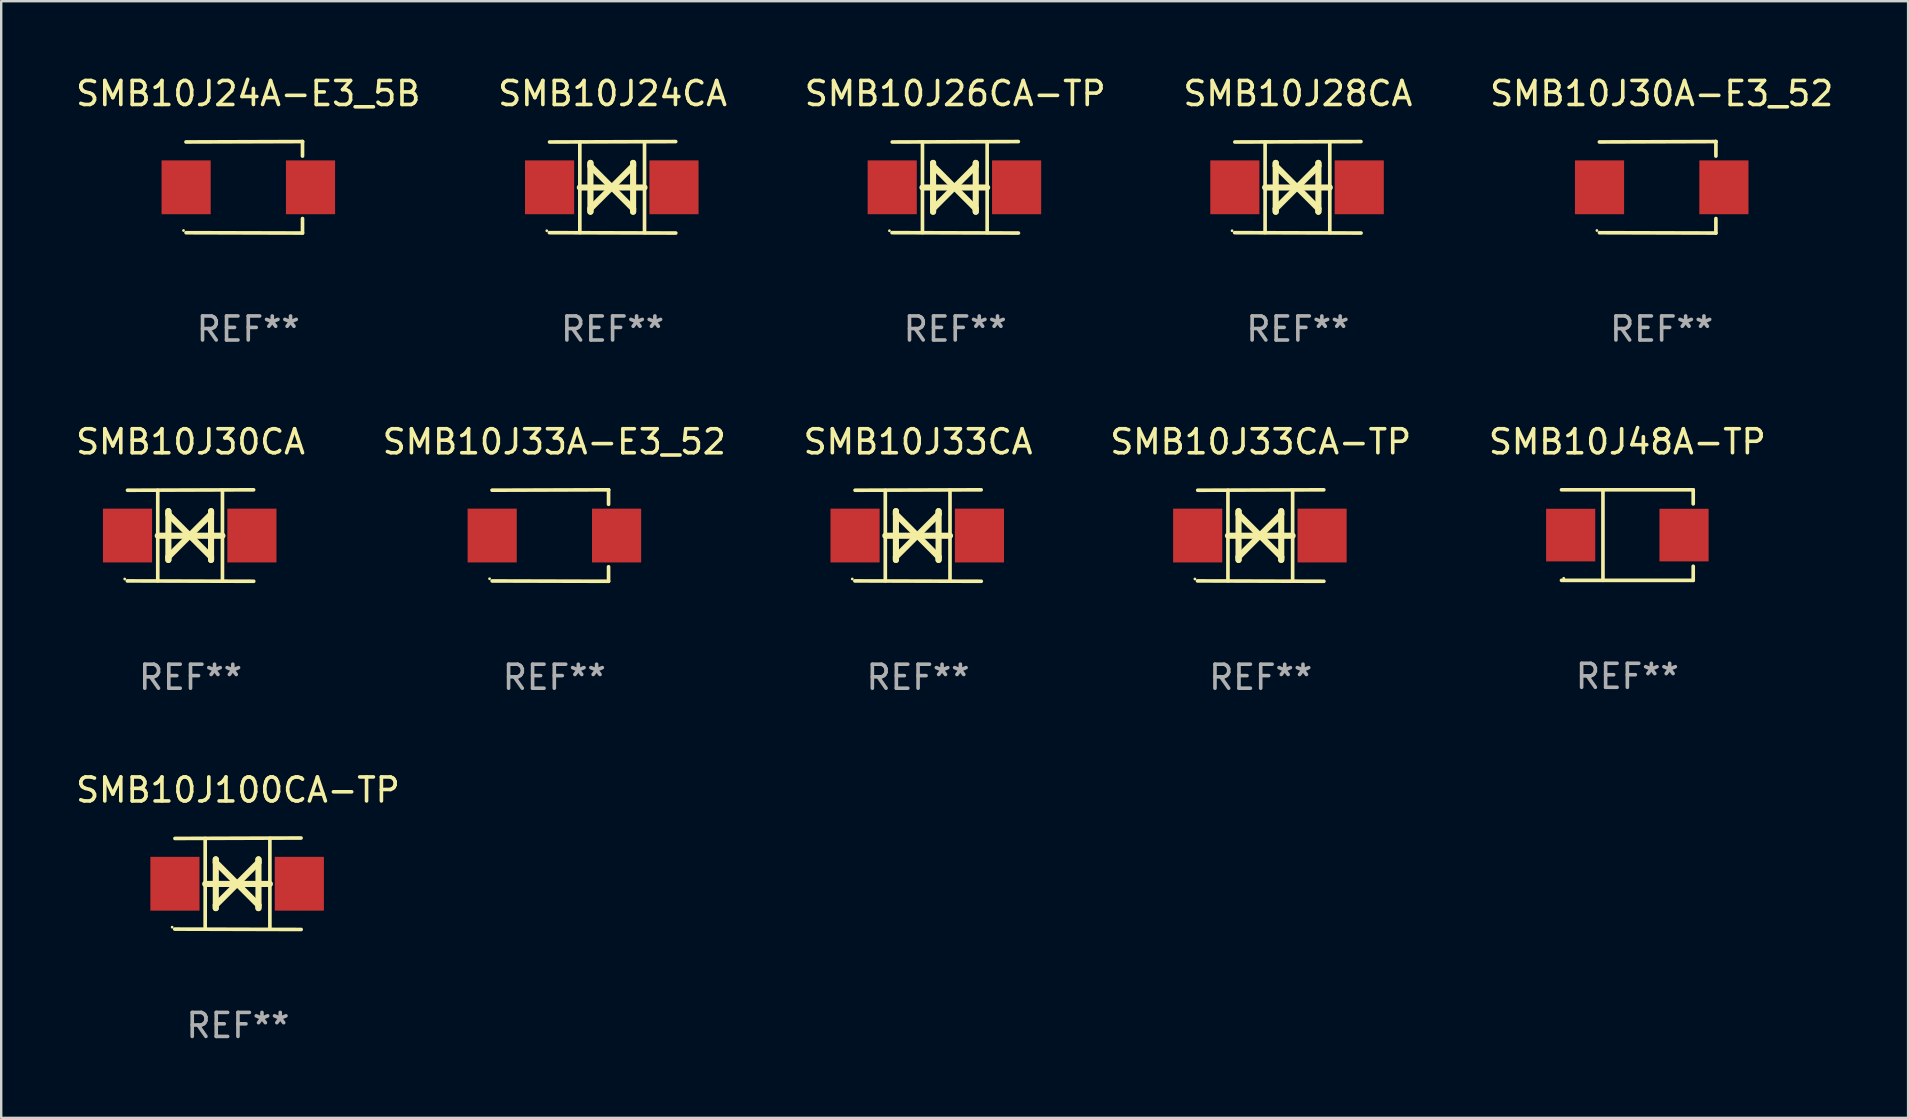
<source format=kicad_pcb>
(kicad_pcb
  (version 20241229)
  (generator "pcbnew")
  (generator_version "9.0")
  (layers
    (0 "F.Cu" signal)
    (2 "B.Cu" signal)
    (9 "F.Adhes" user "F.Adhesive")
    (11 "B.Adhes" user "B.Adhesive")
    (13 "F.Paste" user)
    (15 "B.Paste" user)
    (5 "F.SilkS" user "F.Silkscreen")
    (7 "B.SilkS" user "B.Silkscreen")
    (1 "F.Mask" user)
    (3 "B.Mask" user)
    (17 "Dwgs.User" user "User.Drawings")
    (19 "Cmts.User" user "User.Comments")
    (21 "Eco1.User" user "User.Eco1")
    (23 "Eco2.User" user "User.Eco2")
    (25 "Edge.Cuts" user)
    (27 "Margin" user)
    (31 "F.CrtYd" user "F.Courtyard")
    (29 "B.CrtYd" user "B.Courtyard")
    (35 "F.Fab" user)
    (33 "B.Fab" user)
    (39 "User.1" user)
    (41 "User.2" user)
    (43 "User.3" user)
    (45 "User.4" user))
  (footprint "SMB10J100CA-TP"
    (layer "F.Cu")
    (at 6.863 33.766)
    (property "Reference" "SMB10J100CA-TP" (at 0 -3.905 0) (layer "F.SilkS") (effects (font (size 1 1) (thickness 0.15))))
    (attr through_hole)
    (fp_line (start -1.365 1.886) (end -1.365 -1.886) (stroke (width 0.152) (type solid)) (layer "F.SilkS"))
    (fp_line (start -1.365 0.008) (end 1.33 0.008) (stroke (width 0.254) (type solid)) (layer "F.SilkS"))
    (fp_line (start -0.923 -1.016) (end -0.923 1.016) (stroke (width 0.254) (type solid)) (layer "F.SilkS"))
    (fp_line (start -0.923 -0.889) (end -0.923 -1.016) (stroke (width 0.254) (type solid)) (layer "F.SilkS"))
    (fp_line (start -0.923 0.889) (end -0.034 0) (stroke (width 0.254) (type solid)) (layer "F.SilkS"))
    (fp_line (start -0.923 1.016) (end -0.923 0.889) (stroke (width 0.254) (type solid)) (layer "F.SilkS"))
    (fp_line (start -0.034 0) (end -0.923 -0.889) (stroke (width 0.254) (type solid)) (layer "F.SilkS"))
    (fp_line (start -0.034 0) (end 0.855 0.889) (stroke (width 0.254) (type solid)) (layer "F.SilkS"))
    (fp_line (start 0.855 -1.016) (end 0.855 -0.889) (stroke (width 0.254) (type solid)) (layer "F.SilkS"))
    (fp_line (start 0.855 -0.889) (end -0.034 0) (stroke (width 0.254) (type solid)) (layer "F.SilkS"))
    (fp_line (start 0.855 0.889) (end 0.855 1.016) (stroke (width 0.254) (type solid)) (layer "F.SilkS"))
    (fp_line (start 0.855 1.016) (end 0.855 -1.016) (stroke (width 0.254) (type solid)) (layer "F.SilkS"))
    (fp_line (start 1.33 1.886) (end 1.33 -1.886) (stroke (width 0.152) (type solid)) (layer "F.SilkS"))
    (fp_line (start 2.629 -1.905) (end -2.625 -1.887) (stroke (width 0.152) (type solid)) (layer "F.SilkS"))
    (fp_line (start 2.633 1.905) (end -2.633 1.89) (stroke (width 0.152) (type solid)) (layer "F.SilkS"))
    (fp_circle (center -2.741 1.81) (end -2.711 1.81) (stroke (width 0.06) (type solid)) (fill no) (layer "F.SilkS"))
    (fp_text user "REF**" (at 0 5.905 0) (layer "F.Fab") (effects (font (size 1 1) (thickness 0.15))))
    (pad "1" smd rect (at -2.625 0) (size 2.047 2.241) (layers "F.Cu" "F.Mask" "F.Paste"))
    (pad "2" smd rect (at 2.557 0) (size 2.047 2.241) (layers "F.Cu" "F.Mask" "F.Paste")))
  (footprint "SMB10J28CA"
    (layer "F.Cu")
    (at 51.018 4.753)
    (property "Reference" "SMB10J28CA" (at 0 -3.905 0) (layer "F.SilkS") (effects (font (size 1 1) (thickness 0.15))))
    (attr through_hole)
    (fp_line (start -1.365 1.886) (end -1.365 -1.886) (stroke (width 0.152) (type solid)) (layer "F.SilkS"))
    (fp_line (start -1.365 0.008) (end 1.33 0.008) (stroke (width 0.254) (type solid)) (layer "F.SilkS"))
    (fp_line (start -0.923 -1.016) (end -0.923 1.016) (stroke (width 0.254) (type solid)) (layer "F.SilkS"))
    (fp_line (start -0.923 -0.889) (end -0.923 -1.016) (stroke (width 0.254) (type solid)) (layer "F.SilkS"))
    (fp_line (start -0.923 0.889) (end -0.034 0) (stroke (width 0.254) (type solid)) (layer "F.SilkS"))
    (fp_line (start -0.923 1.016) (end -0.923 0.889) (stroke (width 0.254) (type solid)) (layer "F.SilkS"))
    (fp_line (start -0.034 0) (end -0.923 -0.889) (stroke (width 0.254) (type solid)) (layer "F.SilkS"))
    (fp_line (start -0.034 0) (end 0.855 0.889) (stroke (width 0.254) (type solid)) (layer "F.SilkS"))
    (fp_line (start 0.855 -1.016) (end 0.855 -0.889) (stroke (width 0.254) (type solid)) (layer "F.SilkS"))
    (fp_line (start 0.855 -0.889) (end -0.034 0) (stroke (width 0.254) (type solid)) (layer "F.SilkS"))
    (fp_line (start 0.855 0.889) (end 0.855 1.016) (stroke (width 0.254) (type solid)) (layer "F.SilkS"))
    (fp_line (start 0.855 1.016) (end 0.855 -1.016) (stroke (width 0.254) (type solid)) (layer "F.SilkS"))
    (fp_line (start 1.33 1.886) (end 1.33 -1.886) (stroke (width 0.152) (type solid)) (layer "F.SilkS"))
    (fp_line (start 2.629 -1.905) (end -2.625 -1.887) (stroke (width 0.152) (type solid)) (layer "F.SilkS"))
    (fp_line (start 2.633 1.905) (end -2.633 1.89) (stroke (width 0.152) (type solid)) (layer "F.SilkS"))
    (fp_circle (center -2.741 1.81) (end -2.711 1.81) (stroke (width 0.06) (type solid)) (fill no) (layer "F.SilkS"))
    (fp_text user "REF**" (at 0 5.905 0) (layer "F.Fab") (effects (font (size 1 1) (thickness 0.15))))
    (pad "1" smd rect (at -2.625 0) (size 2.047 2.241) (layers "F.Cu" "F.Mask" "F.Paste"))
    (pad "2" smd rect (at 2.557 0) (size 2.047 2.241) (layers "F.Cu" "F.Mask" "F.Paste")))
  (footprint "SMB10J24A-E3_5B"
    (layer "F.Cu")
    (at 7.292 4.753)
    (property "Reference" "SMB10J24A-E3_5B" (at 0 -3.905 0) (layer "F.SilkS") (effects (font (size 1 1) (thickness 0.15))))
    (attr through_hole)
    (fp_line (start 2.256 -1.905) (end -2.594 -1.889) (stroke (width 0.152) (type solid)) (layer "F.SilkS"))
    (fp_line (start 2.256 -1.905) (end 2.26 -1.905) (stroke (width 0.152) (type solid)) (layer "F.SilkS"))
    (fp_line (start 2.26 -1.905) (end 2.26 -1.301) (stroke (width 0.152) (type solid)) (layer "F.SilkS"))
    (fp_line (start 2.26 1.301) (end 2.26 1.905) (stroke (width 0.152) (type solid)) (layer "F.SilkS"))
    (fp_line (start 2.26 1.905) (end -2.59 1.892) (stroke (width 0.152) (type solid)) (layer "F.SilkS"))
    (fp_circle (center -2.697 1.8) (end -2.667 1.8) (stroke (width 0.06) (type solid)) (fill no) (layer "F.SilkS"))
    (fp_text user "REF**" (at 0 5.905 0) (layer "F.Fab") (effects (font (size 1 1) (thickness 0.15))))
    (pad "1" smd rect (at -2.588 0) (size 2.047 2.241) (layers "F.Cu" "F.Mask" "F.Paste"))
    (pad "2" smd rect (at 2.594 0) (size 2.047 2.241) (layers "F.Cu" "F.Mask" "F.Paste")))
  (footprint "SMB10J33A-E3_52"
    (layer "F.Cu")
    (at 20.042 19.26)
    (property "Reference" "SMB10J33A-E3_52" (at 0 -3.905 0) (layer "F.SilkS") (effects (font (size 1 1) (thickness 0.15))))
    (attr through_hole)
    (fp_line (start 2.256 -1.905) (end -2.594 -1.889) (stroke (width 0.152) (type solid)) (layer "F.SilkS"))
    (fp_line (start 2.256 -1.905) (end 2.26 -1.905) (stroke (width 0.152) (type solid)) (layer "F.SilkS"))
    (fp_line (start 2.26 -1.905) (end 2.26 -1.301) (stroke (width 0.152) (type solid)) (layer "F.SilkS"))
    (fp_line (start 2.26 1.301) (end 2.26 1.905) (stroke (width 0.152) (type solid)) (layer "F.SilkS"))
    (fp_line (start 2.26 1.905) (end -2.59 1.892) (stroke (width 0.152) (type solid)) (layer "F.SilkS"))
    (fp_circle (center -2.697 1.8) (end -2.667 1.8) (stroke (width 0.06) (type solid)) (fill no) (layer "F.SilkS"))
    (fp_text user "REF**" (at 0 5.905 0) (layer "F.Fab") (effects (font (size 1 1) (thickness 0.15))))
    (pad "1" smd rect (at -2.588 0) (size 2.047 2.241) (layers "F.Cu" "F.Mask" "F.Paste"))
    (pad "2" smd rect (at 2.594 0) (size 2.047 2.241) (layers "F.Cu" "F.Mask" "F.Paste")))
  (footprint "SMB10J33CA-TP"
    (layer "F.Cu")
    (at 49.47 19.26)
    (property "Reference" "SMB10J33CA-TP" (at 0 -3.905 0) (layer "F.SilkS") (effects (font (size 1 1) (thickness 0.15))))
    (attr through_hole)
    (fp_line (start -1.365 1.886) (end -1.365 -1.886) (stroke (width 0.152) (type solid)) (layer "F.SilkS"))
    (fp_line (start -1.365 0.008) (end 1.33 0.008) (stroke (width 0.254) (type solid)) (layer "F.SilkS"))
    (fp_line (start -0.923 -1.016) (end -0.923 1.016) (stroke (width 0.254) (type solid)) (layer "F.SilkS"))
    (fp_line (start -0.923 -0.889) (end -0.923 -1.016) (stroke (width 0.254) (type solid)) (layer "F.SilkS"))
    (fp_line (start -0.923 0.889) (end -0.034 0) (stroke (width 0.254) (type solid)) (layer "F.SilkS"))
    (fp_line (start -0.923 1.016) (end -0.923 0.889) (stroke (width 0.254) (type solid)) (layer "F.SilkS"))
    (fp_line (start -0.034 0) (end -0.923 -0.889) (stroke (width 0.254) (type solid)) (layer "F.SilkS"))
    (fp_line (start -0.034 0) (end 0.855 0.889) (stroke (width 0.254) (type solid)) (layer "F.SilkS"))
    (fp_line (start 0.855 -1.016) (end 0.855 -0.889) (stroke (width 0.254) (type solid)) (layer "F.SilkS"))
    (fp_line (start 0.855 -0.889) (end -0.034 0) (stroke (width 0.254) (type solid)) (layer "F.SilkS"))
    (fp_line (start 0.855 0.889) (end 0.855 1.016) (stroke (width 0.254) (type solid)) (layer "F.SilkS"))
    (fp_line (start 0.855 1.016) (end 0.855 -1.016) (stroke (width 0.254) (type solid)) (layer "F.SilkS"))
    (fp_line (start 1.33 1.886) (end 1.33 -1.886) (stroke (width 0.152) (type solid)) (layer "F.SilkS"))
    (fp_line (start 2.629 -1.905) (end -2.625 -1.887) (stroke (width 0.152) (type solid)) (layer "F.SilkS"))
    (fp_line (start 2.633 1.905) (end -2.633 1.89) (stroke (width 0.152) (type solid)) (layer "F.SilkS"))
    (fp_circle (center -2.741 1.81) (end -2.711 1.81) (stroke (width 0.06) (type solid)) (fill no) (layer "F.SilkS"))
    (fp_text user "REF**" (at 0 5.905 0) (layer "F.Fab") (effects (font (size 1 1) (thickness 0.15))))
    (pad "1" smd rect (at -2.625 0) (size 2.047 2.241) (layers "F.Cu" "F.Mask" "F.Paste"))
    (pad "2" smd rect (at 2.557 0) (size 2.047 2.241) (layers "F.Cu" "F.Mask" "F.Paste")))
  (footprint "SMB10J26CA-TP"
    (layer "F.Cu")
    (at 36.744 4.753)
    (property "Reference" "SMB10J26CA-TP" (at 0 -3.905 0) (layer "F.SilkS") (effects (font (size 1 1) (thickness 0.15))))
    (attr through_hole)
    (fp_line (start -1.365 1.886) (end -1.365 -1.886) (stroke (width 0.152) (type solid)) (layer "F.SilkS"))
    (fp_line (start -1.365 0.008) (end 1.33 0.008) (stroke (width 0.254) (type solid)) (layer "F.SilkS"))
    (fp_line (start -0.923 -1.016) (end -0.923 1.016) (stroke (width 0.254) (type solid)) (layer "F.SilkS"))
    (fp_line (start -0.923 -0.889) (end -0.923 -1.016) (stroke (width 0.254) (type solid)) (layer "F.SilkS"))
    (fp_line (start -0.923 0.889) (end -0.034 0) (stroke (width 0.254) (type solid)) (layer "F.SilkS"))
    (fp_line (start -0.923 1.016) (end -0.923 0.889) (stroke (width 0.254) (type solid)) (layer "F.SilkS"))
    (fp_line (start -0.034 0) (end -0.923 -0.889) (stroke (width 0.254) (type solid)) (layer "F.SilkS"))
    (fp_line (start -0.034 0) (end 0.855 0.889) (stroke (width 0.254) (type solid)) (layer "F.SilkS"))
    (fp_line (start 0.855 -1.016) (end 0.855 -0.889) (stroke (width 0.254) (type solid)) (layer "F.SilkS"))
    (fp_line (start 0.855 -0.889) (end -0.034 0) (stroke (width 0.254) (type solid)) (layer "F.SilkS"))
    (fp_line (start 0.855 0.889) (end 0.855 1.016) (stroke (width 0.254) (type solid)) (layer "F.SilkS"))
    (fp_line (start 0.855 1.016) (end 0.855 -1.016) (stroke (width 0.254) (type solid)) (layer "F.SilkS"))
    (fp_line (start 1.33 1.886) (end 1.33 -1.886) (stroke (width 0.152) (type solid)) (layer "F.SilkS"))
    (fp_line (start 2.629 -1.905) (end -2.625 -1.887) (stroke (width 0.152) (type solid)) (layer "F.SilkS"))
    (fp_line (start 2.633 1.905) (end -2.633 1.89) (stroke (width 0.152) (type solid)) (layer "F.SilkS"))
    (fp_circle (center -2.741 1.81) (end -2.711 1.81) (stroke (width 0.06) (type solid)) (fill no) (layer "F.SilkS"))
    (fp_text user "REF**" (at 0 5.905 0) (layer "F.Fab") (effects (font (size 1 1) (thickness 0.15))))
    (pad "1" smd rect (at -2.625 0) (size 2.047 2.241) (layers "F.Cu" "F.Mask" "F.Paste"))
    (pad "2" smd rect (at 2.557 0) (size 2.047 2.241) (layers "F.Cu" "F.Mask" "F.Paste")))
  (footprint "SMB10J30CA"
    (layer "F.Cu")
    (at 4.887 19.26)
    (property "Reference" "SMB10J30CA" (at 0 -3.905 0) (layer "F.SilkS") (effects (font (size 1 1) (thickness 0.15))))
    (attr through_hole)
    (fp_line (start -1.365 1.886) (end -1.365 -1.886) (stroke (width 0.152) (type solid)) (layer "F.SilkS"))
    (fp_line (start -1.365 0.008) (end 1.33 0.008) (stroke (width 0.254) (type solid)) (layer "F.SilkS"))
    (fp_line (start -0.923 -1.016) (end -0.923 1.016) (stroke (width 0.254) (type solid)) (layer "F.SilkS"))
    (fp_line (start -0.923 -0.889) (end -0.923 -1.016) (stroke (width 0.254) (type solid)) (layer "F.SilkS"))
    (fp_line (start -0.923 0.889) (end -0.034 0) (stroke (width 0.254) (type solid)) (layer "F.SilkS"))
    (fp_line (start -0.923 1.016) (end -0.923 0.889) (stroke (width 0.254) (type solid)) (layer "F.SilkS"))
    (fp_line (start -0.034 0) (end -0.923 -0.889) (stroke (width 0.254) (type solid)) (layer "F.SilkS"))
    (fp_line (start -0.034 0) (end 0.855 0.889) (stroke (width 0.254) (type solid)) (layer "F.SilkS"))
    (fp_line (start 0.855 -1.016) (end 0.855 -0.889) (stroke (width 0.254) (type solid)) (layer "F.SilkS"))
    (fp_line (start 0.855 -0.889) (end -0.034 0) (stroke (width 0.254) (type solid)) (layer "F.SilkS"))
    (fp_line (start 0.855 0.889) (end 0.855 1.016) (stroke (width 0.254) (type solid)) (layer "F.SilkS"))
    (fp_line (start 0.855 1.016) (end 0.855 -1.016) (stroke (width 0.254) (type solid)) (layer "F.SilkS"))
    (fp_line (start 1.33 1.886) (end 1.33 -1.886) (stroke (width 0.152) (type solid)) (layer "F.SilkS"))
    (fp_line (start 2.629 -1.905) (end -2.625 -1.887) (stroke (width 0.152) (type solid)) (layer "F.SilkS"))
    (fp_line (start 2.633 1.905) (end -2.633 1.89) (stroke (width 0.152) (type solid)) (layer "F.SilkS"))
    (fp_circle (center -2.741 1.81) (end -2.711 1.81) (stroke (width 0.06) (type solid)) (fill no) (layer "F.SilkS"))
    (fp_text user "REF**" (at 0 5.905 0) (layer "F.Fab") (effects (font (size 1 1) (thickness 0.15))))
    (pad "1" smd rect (at -2.625 0) (size 2.047 2.241) (layers "F.Cu" "F.Mask" "F.Paste"))
    (pad "2" smd rect (at 2.557 0) (size 2.047 2.241) (layers "F.Cu" "F.Mask" "F.Paste")))
  (footprint "SMB10J33CA"
    (layer "F.Cu")
    (at 35.196 19.26)
    (property "Reference" "SMB10J33CA" (at 0 -3.905 0) (layer "F.SilkS") (effects (font (size 1 1) (thickness 0.15))))
    (attr through_hole)
    (fp_line (start -1.365 1.886) (end -1.365 -1.886) (stroke (width 0.152) (type solid)) (layer "F.SilkS"))
    (fp_line (start -1.365 0.008) (end 1.33 0.008) (stroke (width 0.254) (type solid)) (layer "F.SilkS"))
    (fp_line (start -0.923 -1.016) (end -0.923 1.016) (stroke (width 0.254) (type solid)) (layer "F.SilkS"))
    (fp_line (start -0.923 -0.889) (end -0.923 -1.016) (stroke (width 0.254) (type solid)) (layer "F.SilkS"))
    (fp_line (start -0.923 0.889) (end -0.034 0) (stroke (width 0.254) (type solid)) (layer "F.SilkS"))
    (fp_line (start -0.923 1.016) (end -0.923 0.889) (stroke (width 0.254) (type solid)) (layer "F.SilkS"))
    (fp_line (start -0.034 0) (end -0.923 -0.889) (stroke (width 0.254) (type solid)) (layer "F.SilkS"))
    (fp_line (start -0.034 0) (end 0.855 0.889) (stroke (width 0.254) (type solid)) (layer "F.SilkS"))
    (fp_line (start 0.855 -1.016) (end 0.855 -0.889) (stroke (width 0.254) (type solid)) (layer "F.SilkS"))
    (fp_line (start 0.855 -0.889) (end -0.034 0) (stroke (width 0.254) (type solid)) (layer "F.SilkS"))
    (fp_line (start 0.855 0.889) (end 0.855 1.016) (stroke (width 0.254) (type solid)) (layer "F.SilkS"))
    (fp_line (start 0.855 1.016) (end 0.855 -1.016) (stroke (width 0.254) (type solid)) (layer "F.SilkS"))
    (fp_line (start 1.33 1.886) (end 1.33 -1.886) (stroke (width 0.152) (type solid)) (layer "F.SilkS"))
    (fp_line (start 2.629 -1.905) (end -2.625 -1.887) (stroke (width 0.152) (type solid)) (layer "F.SilkS"))
    (fp_line (start 2.633 1.905) (end -2.633 1.89) (stroke (width 0.152) (type solid)) (layer "F.SilkS"))
    (fp_circle (center -2.741 1.81) (end -2.711 1.81) (stroke (width 0.06) (type solid)) (fill no) (layer "F.SilkS"))
    (fp_text user "REF**" (at 0 5.905 0) (layer "F.Fab") (effects (font (size 1 1) (thickness 0.15))))
    (pad "1" smd rect (at -2.625 0) (size 2.047 2.241) (layers "F.Cu" "F.Mask" "F.Paste"))
    (pad "2" smd rect (at 2.557 0) (size 2.047 2.241) (layers "F.Cu" "F.Mask" "F.Paste")))
  (footprint "SMB10J30A-E3_52"
    (layer "F.Cu")
    (at 66.173 4.753)
    (property "Reference" "SMB10J30A-E3_52" (at 0 -3.905 0) (layer "F.SilkS") (effects (font (size 1 1) (thickness 0.15))))
    (attr through_hole)
    (fp_line (start 2.256 -1.905) (end -2.594 -1.889) (stroke (width 0.152) (type solid)) (layer "F.SilkS"))
    (fp_line (start 2.256 -1.905) (end 2.26 -1.905) (stroke (width 0.152) (type solid)) (layer "F.SilkS"))
    (fp_line (start 2.26 -1.905) (end 2.26 -1.301) (stroke (width 0.152) (type solid)) (layer "F.SilkS"))
    (fp_line (start 2.26 1.301) (end 2.26 1.905) (stroke (width 0.152) (type solid)) (layer "F.SilkS"))
    (fp_line (start 2.26 1.905) (end -2.59 1.892) (stroke (width 0.152) (type solid)) (layer "F.SilkS"))
    (fp_circle (center -2.697 1.8) (end -2.667 1.8) (stroke (width 0.06) (type solid)) (fill no) (layer "F.SilkS"))
    (fp_text user "REF**" (at 0 5.905 0) (layer "F.Fab") (effects (font (size 1 1) (thickness 0.15))))
    (pad "1" smd rect (at -2.588 0) (size 2.047 2.241) (layers "F.Cu" "F.Mask" "F.Paste"))
    (pad "2" smd rect (at 2.594 0) (size 2.047 2.241) (layers "F.Cu" "F.Mask" "F.Paste")))
  (footprint "SMB10J48A-TP"
    (layer "F.Cu")
    (at 64.744 19.241)
    (property "Reference" "SMB10J48A-TP" (at 0 -3.886 0) (layer "F.SilkS") (effects (font (size 1 1) (thickness 0.15))))
    (attr through_hole)
    (fp_line (start -2.744 -1.886) (end 2.744 -1.886) (stroke (width 0.152) (type solid)) (layer "F.SilkS"))
    (fp_line (start -2.744 1.886) (end 2.744 1.886) (stroke (width 0.152) (type solid)) (layer "F.SilkS"))
    (fp_line (start -1.016 -1.886) (end -1.016 1.886) (stroke (width 0.152) (type solid)) (layer "F.SilkS"))
    (fp_line (start 2.744 -1.886) (end 2.744 -1.299) (stroke (width 0.152) (type solid)) (layer "F.SilkS"))
    (fp_line (start 2.744 1.886) (end 2.744 1.299) (stroke (width 0.152) (type solid)) (layer "F.SilkS"))
    (fp_circle (center -2.65 1.8) (end -2.62 1.8) (stroke (width 0.06) (type solid)) (fill no) (layer "F.SilkS"))
    (fp_text user "REF**" (at 0 5.886 0) (layer "F.Fab") (effects (font (size 1 1) (thickness 0.15))))
    (pad "1" smd rect (at -2.361 0) (size 2.047 2.192) (layers "F.Cu" "F.Mask" "F.Paste"))
    (pad "2" smd rect (at 2.361 0) (size 2.047 2.192) (layers "F.Cu" "F.Mask" "F.Paste")))
  (footprint "SMB10J24CA"
    (layer "F.Cu")
    (at 22.47 4.753)
    (property "Reference" "SMB10J24CA" (at 0 -3.905 0) (layer "F.SilkS") (effects (font (size 1 1) (thickness 0.15))))
    (attr through_hole)
    (fp_line (start -1.365 1.886) (end -1.365 -1.886) (stroke (width 0.152) (type solid)) (layer "F.SilkS"))
    (fp_line (start -1.365 0.008) (end 1.33 0.008) (stroke (width 0.254) (type solid)) (layer "F.SilkS"))
    (fp_line (start -0.923 -1.016) (end -0.923 1.016) (stroke (width 0.254) (type solid)) (layer "F.SilkS"))
    (fp_line (start -0.923 -0.889) (end -0.923 -1.016) (stroke (width 0.254) (type solid)) (layer "F.SilkS"))
    (fp_line (start -0.923 0.889) (end -0.034 0) (stroke (width 0.254) (type solid)) (layer "F.SilkS"))
    (fp_line (start -0.923 1.016) (end -0.923 0.889) (stroke (width 0.254) (type solid)) (layer "F.SilkS"))
    (fp_line (start -0.034 0) (end -0.923 -0.889) (stroke (width 0.254) (type solid)) (layer "F.SilkS"))
    (fp_line (start -0.034 0) (end 0.855 0.889) (stroke (width 0.254) (type solid)) (layer "F.SilkS"))
    (fp_line (start 0.855 -1.016) (end 0.855 -0.889) (stroke (width 0.254) (type solid)) (layer "F.SilkS"))
    (fp_line (start 0.855 -0.889) (end -0.034 0) (stroke (width 0.254) (type solid)) (layer "F.SilkS"))
    (fp_line (start 0.855 0.889) (end 0.855 1.016) (stroke (width 0.254) (type solid)) (layer "F.SilkS"))
    (fp_line (start 0.855 1.016) (end 0.855 -1.016) (stroke (width 0.254) (type solid)) (layer "F.SilkS"))
    (fp_line (start 1.33 1.886) (end 1.33 -1.886) (stroke (width 0.152) (type solid)) (layer "F.SilkS"))
    (fp_line (start 2.629 -1.905) (end -2.625 -1.887) (stroke (width 0.152) (type solid)) (layer "F.SilkS"))
    (fp_line (start 2.633 1.905) (end -2.633 1.89) (stroke (width 0.152) (type solid)) (layer "F.SilkS"))
    (fp_circle (center -2.741 1.81) (end -2.711 1.81) (stroke (width 0.06) (type solid)) (fill no) (layer "F.SilkS"))
    (fp_text user "REF**" (at 0 5.905 0) (layer "F.Fab") (effects (font (size 1 1) (thickness 0.15))))
    (pad "1" smd rect (at -2.625 0) (size 2.047 2.241) (layers "F.Cu" "F.Mask" "F.Paste"))
    (pad "2" smd rect (at 2.557 0) (size 2.047 2.241) (layers "F.Cu" "F.Mask" "F.Paste")))
  (gr_rect
    (start -3 -3)
    (end 76.44 43.52)
    (stroke (width 0.1) (type default))
    (fill no)
    (layer "Edge.Cuts")))
</source>
